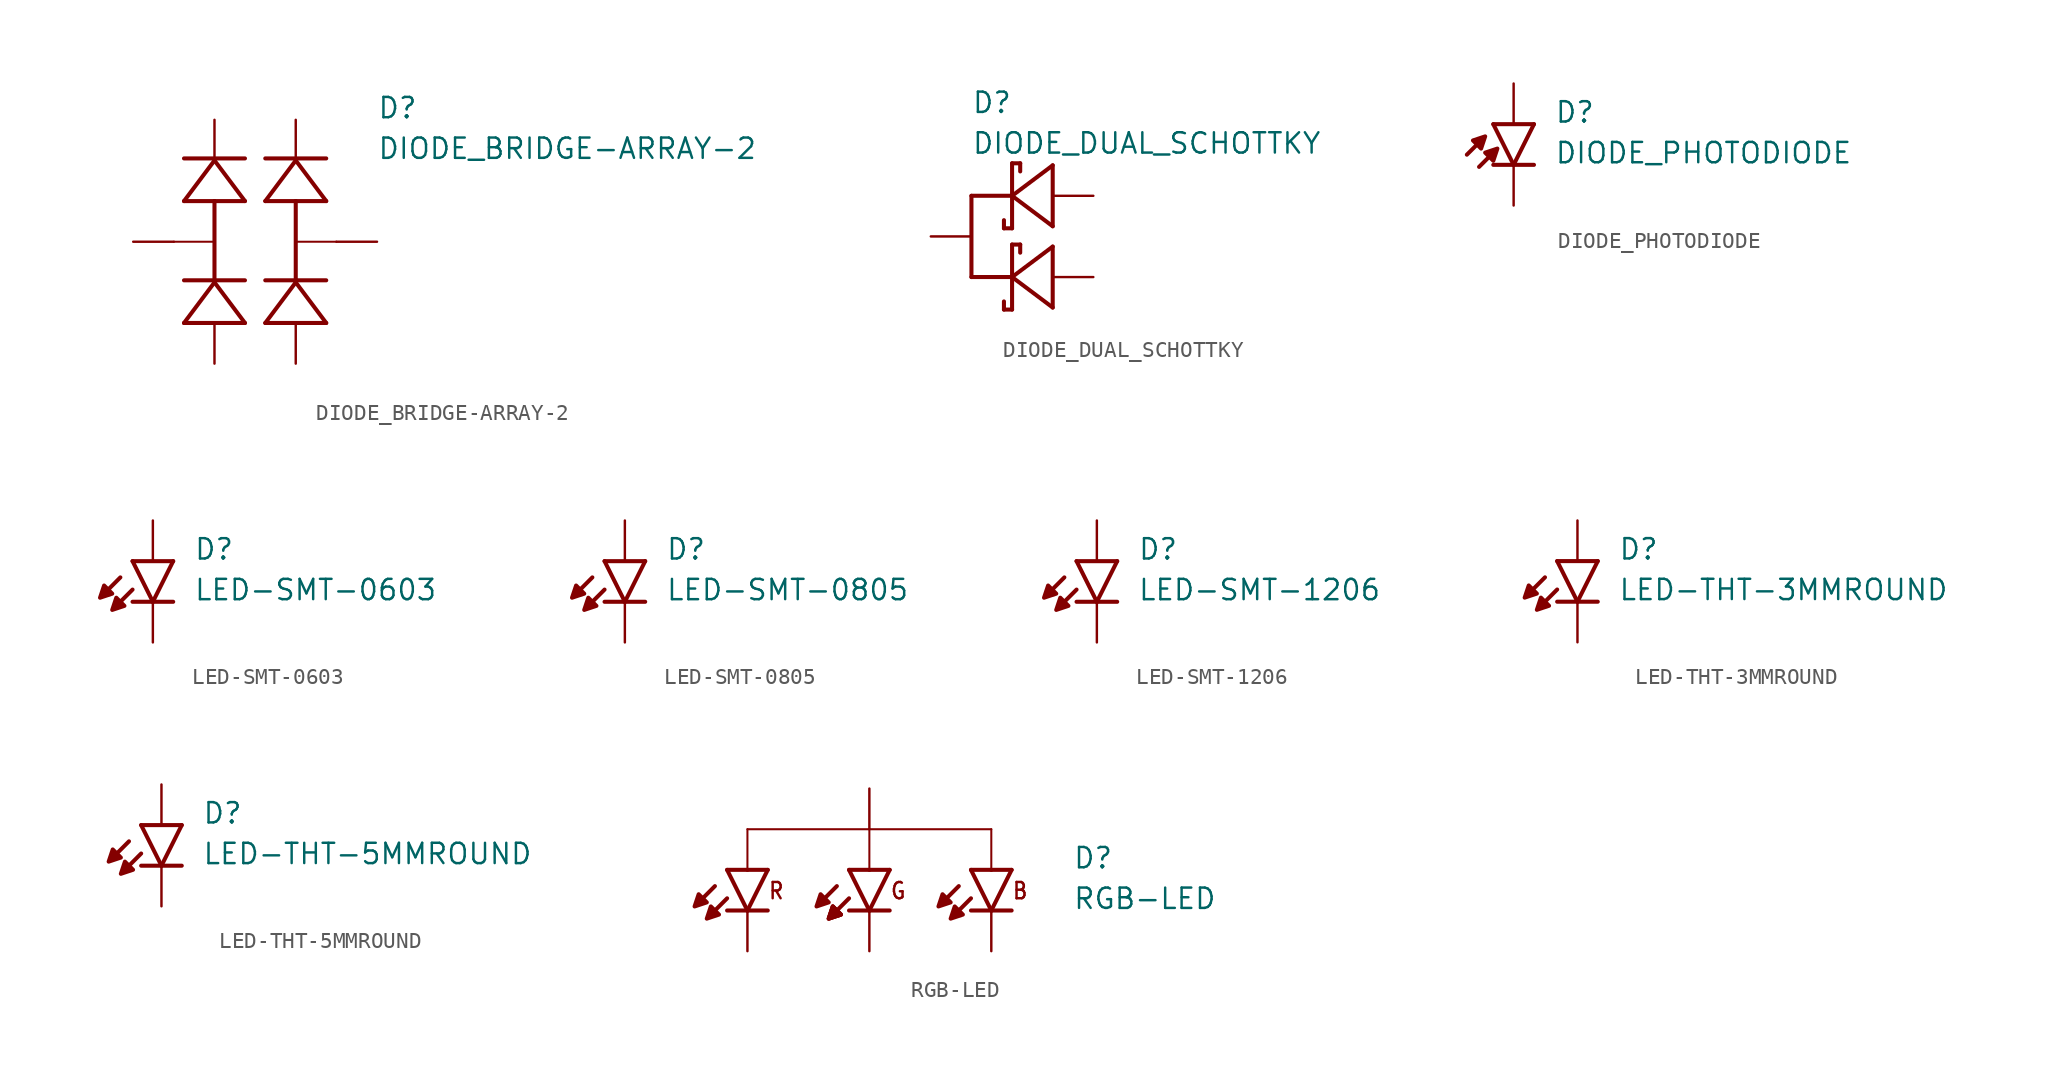
<source format=kicad_sym>
(kicad_symbol_lib
  (version 20211014)
  (generator kicad_symbol_editor)
  (symbol "DIODE_BRIDGE-ARRAY-2"
    (pin_numbers hide)
    (pin_names hide)
    (property "Reference" "D"
      (at 7.62 7.62 0)
      (effects (font (size 1.27 1.27)) (justify left bottom)))
    (property "Value" "DIODE_BRIDGE-ARRAY-2"
      (at 7.62 5.08 0)
      (effects (font (size 1.27 1.27)) (justify left bottom)))
    (property "Datasheet" ""
      (at 0 0 0))
    (property "ki_description" "DIODE BIDGE  -  Array 2 Pair  Technical Specifications:    Diode Configuration: 2 Pair CA + CC        Component Search:  BAV756DW    Datasheet:  BAV756DW  "
      (at 0 0 0))
    (property "ki_fp_filters" "FlashPCB_Diodes:SOT-363 FlashPCB_Diodes:SOT-363_NOSILK"
      (at 0 0 0))
    (symbol "DIODE_BRIDGE-ARRAY-2_1_1"
      (polyline (pts (xy -0.635 -5.08) (xy -2.54 -2.54)) (stroke (width 0.254)) (fill (type none)))
      (polyline (pts (xy -2.54 -2.54) (xy -4.445 -5.08)) (stroke (width 0.254)) (fill (type none)))
      (polyline (pts (xy -4.445 -5.08) (xy -0.635 -5.08)) (stroke (width 0.254)) (fill (type none)))
      (polyline (pts (xy -4.445 -2.413) (xy -0.635 -2.413)) (stroke (width 0.254)) (fill (type none)))
      (polyline (pts (xy -0.635 2.54) (xy -2.54 5.08)) (stroke (width 0.254)) (fill (type none)))
      (polyline (pts (xy -2.54 5.08) (xy -4.445 2.54)) (stroke (width 0.254)) (fill (type none)))
      (polyline (pts (xy -4.445 2.54) (xy -2.54 2.54)) (stroke (width 0.254)) (fill (type none)))
      (polyline (pts (xy -2.54 2.54) (xy -0.635 2.54)) (stroke (width 0.254)) (fill (type none)))
      (polyline (pts (xy -4.445 5.207) (xy -0.635 5.207)) (stroke (width 0.254)) (fill (type none)))
      (polyline (pts (xy -2.54 -2.54) (xy -2.54 2.54)) (stroke (width 0.254)) (fill (type none)))
      (polyline (pts (xy 4.445 -5.08) (xy 2.54 -2.54)) (stroke (width 0.254)) (fill (type none)))
      (polyline (pts (xy 2.54 -2.54) (xy 0.635 -5.08)) (stroke (width 0.254)) (fill (type none)))
      (polyline (pts (xy 0.635 -5.08) (xy 4.445 -5.08)) (stroke (width 0.254)) (fill (type none)))
      (polyline (pts (xy 0.635 -2.413) (xy 4.445 -2.413)) (stroke (width 0.254)) (fill (type none)))
      (polyline (pts (xy 4.445 2.54) (xy 2.54 5.08)) (stroke (width 0.254)) (fill (type none)))
      (polyline (pts (xy 2.54 5.08) (xy 0.635 2.54)) (stroke (width 0.254)) (fill (type none)))
      (polyline (pts (xy 0.635 2.54) (xy 2.54 2.54)) (stroke (width 0.254)) (fill (type none)))
      (polyline (pts (xy 2.54 2.54) (xy 4.445 2.54)) (stroke (width 0.254)) (fill (type none)))
      (polyline (pts (xy 0.635 5.207) (xy 4.445 5.207)) (stroke (width 0.254)) (fill (type none)))
      (polyline (pts (xy 2.54 -2.54) (xy 2.54 2.54)) (stroke (width 0.254)) (fill (type none)))
      (polyline (pts (xy -5.08 0) (xy -2.54 0)) (stroke (width 0.127)) (fill (type none)))
      (polyline (pts (xy 5.08 0) (xy 2.54 0)) (stroke (width 0.127)) (fill (type none)))
      (pin bidirectional line (at -2.54 -7.62 90) (length 2.54) (name "A1" (effects (font (size 0 0)))) (number "1" (effects (font (size 0 0)))))
      (pin bidirectional line (at -2.54 7.62 270) (length 2.54) (name "C1" (effects (font (size 0 0)))) (number "2" (effects (font (size 0 0)))))
      (pin bidirectional line (at -7.62 0 0) (length 2.54) (name "AC1" (effects (font (size 0 0)))) (number "6" (effects (font (size 0 0)))))
      (pin bidirectional line (at 2.54 -7.62 90) (length 2.54) (name "A2" (effects (font (size 0 0)))) (number "4" (effects (font (size 0 0)))))
      (pin bidirectional line (at 2.54 7.62 270) (length 2.54) (name "C2" (effects (font (size 0 0)))) (number "5" (effects (font (size 0 0)))))
      (pin bidirectional line (at 7.62 0 180) (length 2.54) (name "AC2" (effects (font (size 0 0)))) (number "3" (effects (font (size 0 0)))))))
  (symbol "DIODE_DUAL_SCHOTTKY"
    (pin_numbers hide)
    (pin_names hide)
    (property "Reference" "D"
      (at -2.54 7.62 0)
      (effects (font (size 1.27 1.27)) (justify left bottom)))
    (property "Value" "DIODE_DUAL_SCHOTTKY"
      (at -2.54 5.08 0)
      (effects (font (size 1.27 1.27)) (justify left bottom)))
    (property "Datasheet" ""
      (at 0 0 0))
    (property "ki_fp_filters" "FlashPCB_Diodes:SOT-323"
      (at 0 0 0))
    (symbol "DIODE_DUAL_SCHOTTKY_1_1"
      (polyline (pts (xy 2.54 0.635) (xy 2.54 4.445)) (stroke (width 0.254)) (fill (type none)))
      (polyline (pts (xy 0 4.572) (xy 0 2.54)) (stroke (width 0.254)) (fill (type none)))
      (polyline (pts (xy 0 2.54) (xy 0 0.508)) (stroke (width 0.254)) (fill (type none)))
      (polyline (pts (xy 0 2.54) (xy 2.54 0.635)) (stroke (width 0.254)) (fill (type none)))
      (polyline (pts (xy 2.54 4.445) (xy 0 2.54)) (stroke (width 0.254)) (fill (type none)))
      (polyline (pts (xy 0 0.508) (xy -0.508 0.508)) (stroke (width 0.254)) (fill (type none)))
      (polyline (pts (xy 0 4.572) (xy 0.508 4.572)) (stroke (width 0.254)) (fill (type none)))
      (polyline (pts (xy -0.508 0.508) (xy -0.508 1.016)) (stroke (width 0.254)) (fill (type none)))
      (polyline (pts (xy 0.508 4.064) (xy 0.508 4.572)) (stroke (width 0.254)) (fill (type none)))
      (polyline (pts (xy 2.54 -4.445) (xy 2.54 -0.635)) (stroke (width 0.254)) (fill (type none)))
      (polyline (pts (xy 0 -0.508) (xy 0 -2.54)) (stroke (width 0.254)) (fill (type none)))
      (polyline (pts (xy 0 -2.54) (xy 0 -4.572)) (stroke (width 0.254)) (fill (type none)))
      (polyline (pts (xy 0 -2.54) (xy 2.54 -4.445)) (stroke (width 0.254)) (fill (type none)))
      (polyline (pts (xy 2.54 -0.635) (xy 0 -2.54)) (stroke (width 0.254)) (fill (type none)))
      (polyline (pts (xy 0 -4.572) (xy -0.508 -4.572)) (stroke (width 0.254)) (fill (type none)))
      (polyline (pts (xy 0 -0.508) (xy 0.508 -0.508)) (stroke (width 0.254)) (fill (type none)))
      (polyline (pts (xy -0.508 -4.572) (xy -0.508 -4.064)) (stroke (width 0.254)) (fill (type none)))
      (polyline (pts (xy 0.508 -1.016) (xy 0.508 -0.508)) (stroke (width 0.254)) (fill (type none)))
      (polyline (pts (xy 0 -2.54) (xy -2.54 -2.54)) (stroke (width 0.254)) (fill (type none)))
      (polyline (pts (xy -2.54 -2.54) (xy -2.54 2.54)) (stroke (width 0.254)) (fill (type none)))
      (polyline (pts (xy -2.54 2.54) (xy 0 2.54)) (stroke (width 0.254)) (fill (type none)))
      (pin passive line (at 5.08 2.54 180) (length 2.54) (name "ANODE0" (effects (font (size 0 0)))) (number "1" (effects (font (size 0 0)))))
      (pin passive line (at -5.08 0 0) (length 2.54) (name "CATHODE" (effects (font (size 0 0)))) (number "3" (effects (font (size 0 0)))))
      (pin passive line (at 5.08 -2.54 180) (length 2.54) (name "ANODE1" (effects (font (size 0 0)))) (number "2" (effects (font (size 0 0)))))))
  (symbol "DIODE_PHOTODIODE"
    (pin_numbers hide)
    (pin_names hide)
    (property "Reference" "D"
      (at 2.544 2.544 0)
      (effects (font (size 1.27 1.27)) (justify left bottom)))
    (property "Value" "DIODE_PHOTODIODE"
      (at 2.541 0 0)
      (effects (font (size 1.27 1.27)) (justify left bottom)))
    (property "Datasheet" ""
      (at 0 0 0))
    (property "ki_fp_filters" "FlashPCB_Diodes:LED-0805 FlashPCB_Diodes:LED-1206"
      (at 0 0 0))
    (symbol "DIODE_PHOTODIODE_1_1"
      (polyline (pts (xy -2.54 1.524) (xy -1.778 1.778) (xy -2.032 1.016) (xy -2.54 1.524)) (stroke (width 0.254) (type default)) (fill (type outline)))
      (polyline (pts (xy -1.778 0.762) (xy -1.016 1.016) (xy -1.27 0.254) (xy -1.778 0.762)) (stroke (width 0.254) (type default)) (fill (type outline)))
      (polyline (pts (xy 1.27 2.54) (xy 0 0)) (stroke (width 0.254)) (fill (type none)))
      (polyline (pts (xy 0 0) (xy -1.27 2.54)) (stroke (width 0.254)) (fill (type none)))
      (polyline (pts (xy 1.27 0) (xy 0 0)) (stroke (width 0.254)) (fill (type none)))
      (polyline (pts (xy 0 0) (xy -1.27 0)) (stroke (width 0.254)) (fill (type none)))
      (polyline (pts (xy 1.27 2.54) (xy -1.27 2.54)) (stroke (width 0.254)) (fill (type none)))
      (polyline (pts (xy -2.032 1.524) (xy -2.921 0.635)) (stroke (width 0.254)) (fill (type none)))
      (polyline (pts (xy -1.27 0.762) (xy -2.159 -0.127)) (stroke (width 0.254)) (fill (type none)))
      (pin passive line (at 0 5.08 270) (length 2.54) (name "ANODE" (effects (font (size 0 0)))) (number "2" (effects (font (size 0 0)))))
      (pin passive line (at 0 -2.54 90) (length 2.54) (name "CATHODE" (effects (font (size 0 0)))) (number "1" (effects (font (size 0 0)))))))
  (symbol "LED-SMT-0603"
    (pin_numbers hide)
    (pin_names hide)
    (property "Reference" "D"
      (at 2.544 2.544 0)
      (effects (font (size 1.27 1.27)) (justify left bottom)))
    (property "Value" "LED-SMT-0603"
      (at 2.541 0 0)
      (effects (font (size 1.27 1.27)) (justify left bottom)))
    (property "Datasheet" ""
      (at 0 0 0))
    (property "ki_fp_filters" "FlashPCB_Diodes:LED-0603"
      (at 0 0 0))
    (symbol "LED-SMT-0603_1_1"
      (polyline (pts (xy -3.048 1.016) (xy -3.302 0.254) (xy -2.54 0.508) (xy -3.048 1.016)) (stroke (width 0.254) (type default)) (fill (type outline)))
      (polyline (pts (xy -2.286 0.254) (xy -2.54 -0.508) (xy -1.778 -0.254) (xy -2.286 0.254)) (stroke (width 0.254) (type default)) (fill (type outline)))
      (polyline (pts (xy 1.27 2.54) (xy 0 0)) (stroke (width 0.254)) (fill (type none)))
      (polyline (pts (xy 0 0) (xy -1.27 2.54)) (stroke (width 0.254)) (fill (type none)))
      (polyline (pts (xy 1.27 0) (xy 0 0)) (stroke (width 0.254)) (fill (type none)))
      (polyline (pts (xy 0 0) (xy -1.27 0)) (stroke (width 0.254)) (fill (type none)))
      (polyline (pts (xy 1.27 2.54) (xy -1.27 2.54)) (stroke (width 0.254)) (fill (type none)))
      (polyline (pts (xy -2.032 1.524) (xy -2.921 0.635)) (stroke (width 0.254)) (fill (type none)))
      (polyline (pts (xy -1.27 0.762) (xy -2.159 -0.127)) (stroke (width 0.254)) (fill (type none)))
      (pin passive line (at 0 5.08 270) (length 2.54) (name "A" (effects (font (size 0 0)))) (number "2" (effects (font (size 0 0)))))
      (pin passive line (at 0 -2.54 90) (length 2.54) (name "K" (effects (font (size 0 0)))) (number "1" (effects (font (size 0 0)))))))
  (symbol "LED-SMT-0805"
    (pin_numbers hide)
    (pin_names hide)
    (property "Reference" "D"
      (at 2.544 2.544 0)
      (effects (font (size 1.27 1.27)) (justify left bottom)))
    (property "Value" "LED-SMT-0805"
      (at 2.541 0 0)
      (effects (font (size 1.27 1.27)) (justify left bottom)))
    (property "Datasheet" ""
      (at 0 0 0))
    (property "ki_fp_filters" "FlashPCB_Diodes:LED-0805"
      (at 0 0 0))
    (symbol "LED-SMT-0805_1_1"
      (polyline (pts (xy -3.048 1.016) (xy -3.302 0.254) (xy -2.54 0.508) (xy -3.048 1.016)) (stroke (width 0.254) (type default)) (fill (type outline)))
      (polyline (pts (xy -2.286 0.254) (xy -2.54 -0.508) (xy -1.778 -0.254) (xy -2.286 0.254)) (stroke (width 0.254) (type default)) (fill (type outline)))
      (polyline (pts (xy 1.27 2.54) (xy 0 0)) (stroke (width 0.254)) (fill (type none)))
      (polyline (pts (xy 0 0) (xy -1.27 2.54)) (stroke (width 0.254)) (fill (type none)))
      (polyline (pts (xy 1.27 0) (xy 0 0)) (stroke (width 0.254)) (fill (type none)))
      (polyline (pts (xy 0 0) (xy -1.27 0)) (stroke (width 0.254)) (fill (type none)))
      (polyline (pts (xy 1.27 2.54) (xy -1.27 2.54)) (stroke (width 0.254)) (fill (type none)))
      (polyline (pts (xy -2.032 1.524) (xy -2.921 0.635)) (stroke (width 0.254)) (fill (type none)))
      (polyline (pts (xy -1.27 0.762) (xy -2.159 -0.127)) (stroke (width 0.254)) (fill (type none)))
      (pin passive line (at 0 5.08 270) (length 2.54) (name "A" (effects (font (size 0 0)))) (number "2" (effects (font (size 0 0)))))
      (pin passive line (at 0 -2.54 90) (length 2.54) (name "K" (effects (font (size 0 0)))) (number "1" (effects (font (size 0 0)))))))
  (symbol "LED-SMT-1206"
    (pin_numbers hide)
    (pin_names hide)
    (property "Reference" "D"
      (at 2.544 2.544 0)
      (effects (font (size 1.27 1.27)) (justify left bottom)))
    (property "Value" "LED-SMT-1206"
      (at 2.541 0 0)
      (effects (font (size 1.27 1.27)) (justify left bottom)))
    (property "Datasheet" ""
      (at 0 0 0))
    (property "ki_fp_filters" "FlashPCB_Diodes:LED-1206"
      (at 0 0 0))
    (symbol "LED-SMT-1206_1_1"
      (polyline (pts (xy -3.048 1.016) (xy -3.302 0.254) (xy -2.54 0.508) (xy -3.048 1.016)) (stroke (width 0.254) (type default)) (fill (type outline)))
      (polyline (pts (xy -2.286 0.254) (xy -2.54 -0.508) (xy -1.778 -0.254) (xy -2.286 0.254)) (stroke (width 0.254) (type default)) (fill (type outline)))
      (polyline (pts (xy 1.27 2.54) (xy 0 0)) (stroke (width 0.254)) (fill (type none)))
      (polyline (pts (xy 0 0) (xy -1.27 2.54)) (stroke (width 0.254)) (fill (type none)))
      (polyline (pts (xy 1.27 0) (xy 0 0)) (stroke (width 0.254)) (fill (type none)))
      (polyline (pts (xy 0 0) (xy -1.27 0)) (stroke (width 0.254)) (fill (type none)))
      (polyline (pts (xy 1.27 2.54) (xy -1.27 2.54)) (stroke (width 0.254)) (fill (type none)))
      (polyline (pts (xy -2.032 1.524) (xy -2.921 0.635)) (stroke (width 0.254)) (fill (type none)))
      (polyline (pts (xy -1.27 0.762) (xy -2.159 -0.127)) (stroke (width 0.254)) (fill (type none)))
      (pin passive line (at 0 5.08 270) (length 2.54) (name "A" (effects (font (size 0 0)))) (number "2" (effects (font (size 0 0)))))
      (pin passive line (at 0 -2.54 90) (length 2.54) (name "K" (effects (font (size 0 0)))) (number "1" (effects (font (size 0 0)))))))
  (symbol "LED-THT-3MMROUND"
    (pin_numbers hide)
    (pin_names hide)
    (property "Reference" "D"
      (at 2.544 2.544 0)
      (effects (font (size 1.27 1.27)) (justify left bottom)))
    (property "Value" "LED-THT-3MMROUND"
      (at 2.541 0 0)
      (effects (font (size 1.27 1.27)) (justify left bottom)))
    (property "Datasheet" ""
      (at 0 0 0))
    (property "ki_fp_filters" "FlashPCB_Diodes:LED-THT-3MMROUND"
      (at 0 0 0))
    (symbol "LED-THT-3MMROUND_1_1"
      (polyline (pts (xy -3.048 1.016) (xy -3.302 0.254) (xy -2.54 0.508) (xy -3.048 1.016)) (stroke (width 0.254) (type default)) (fill (type outline)))
      (polyline (pts (xy -2.286 0.254) (xy -2.54 -0.508) (xy -1.778 -0.254) (xy -2.286 0.254)) (stroke (width 0.254) (type default)) (fill (type outline)))
      (polyline (pts (xy 1.27 2.54) (xy 0 0)) (stroke (width 0.254)) (fill (type none)))
      (polyline (pts (xy 0 0) (xy -1.27 2.54)) (stroke (width 0.254)) (fill (type none)))
      (polyline (pts (xy 1.27 0) (xy 0 0)) (stroke (width 0.254)) (fill (type none)))
      (polyline (pts (xy 0 0) (xy -1.27 0)) (stroke (width 0.254)) (fill (type none)))
      (polyline (pts (xy 1.27 2.54) (xy -1.27 2.54)) (stroke (width 0.254)) (fill (type none)))
      (polyline (pts (xy -2.032 1.524) (xy -2.921 0.635)) (stroke (width 0.254)) (fill (type none)))
      (polyline (pts (xy -1.27 0.762) (xy -2.159 -0.127)) (stroke (width 0.254)) (fill (type none)))
      (pin passive line (at 0 5.08 270) (length 2.54) (name "A" (effects (font (size 0 0)))) (number "ANODE" (effects (font (size 0 0)))))
      (pin passive line (at 0 -2.54 90) (length 2.54) (name "K" (effects (font (size 0 0)))) (number "CATHODE" (effects (font (size 0 0)))))))
  (symbol "LED-THT-5MMROUND"
    (pin_numbers hide)
    (pin_names hide)
    (property "Reference" "D"
      (at 2.544 2.544 0)
      (effects (font (size 1.27 1.27)) (justify left bottom)))
    (property "Value" "LED-THT-5MMROUND"
      (at 2.541 0 0)
      (effects (font (size 1.27 1.27)) (justify left bottom)))
    (property "Datasheet" ""
      (at 0 0 0))
    (property "ki_fp_filters" "FlashPCB_Diodes:LED-THT-5MMROUND"
      (at 0 0 0))
    (symbol "LED-THT-5MMROUND_1_1"
      (polyline (pts (xy -3.048 1.016) (xy -3.302 0.254) (xy -2.54 0.508) (xy -3.048 1.016)) (stroke (width 0.254) (type default)) (fill (type outline)))
      (polyline (pts (xy -2.286 0.254) (xy -2.54 -0.508) (xy -1.778 -0.254) (xy -2.286 0.254)) (stroke (width 0.254) (type default)) (fill (type outline)))
      (polyline (pts (xy 1.27 2.54) (xy 0 0)) (stroke (width 0.254)) (fill (type none)))
      (polyline (pts (xy 0 0) (xy -1.27 2.54)) (stroke (width 0.254)) (fill (type none)))
      (polyline (pts (xy 1.27 0) (xy 0 0)) (stroke (width 0.254)) (fill (type none)))
      (polyline (pts (xy 0 0) (xy -1.27 0)) (stroke (width 0.254)) (fill (type none)))
      (polyline (pts (xy 1.27 2.54) (xy -1.27 2.54)) (stroke (width 0.254)) (fill (type none)))
      (polyline (pts (xy -2.032 1.524) (xy -2.921 0.635)) (stroke (width 0.254)) (fill (type none)))
      (polyline (pts (xy -1.27 0.762) (xy -2.159 -0.127)) (stroke (width 0.254)) (fill (type none)))
      (pin passive line (at 0 5.08 270) (length 2.54) (name "A" (effects (font (size 0 0)))) (number "ANODE" (effects (font (size 0 0)))))
      (pin passive line (at 0 -2.54 90) (length 2.54) (name "K" (effects (font (size 0 0)))) (number "CATHODE" (effects (font (size 0 0)))))))
  (symbol "RGB-LED"
    (pin_numbers hide)
    (pin_names hide)
    (property "Reference" "D"
      (at 12.7 0 0)
      (effects (font (size 1.27 1.27)) (justify left bottom)))
    (property "Value" "RGB-LED"
      (at 12.7 -2.54 0)
      (effects (font (size 1.27 1.27)) (justify left bottom)))
    (property "Datasheet" ""
      (at 0 0 0))
    (property "ki_description" "RGB LED  - Common Anode   Technical Specifications:    Color: Red,Green,Blue       Component Search:  [DATA SHEET NAME]   Datasheet:  18-038BT/BDGAR6S1-CC01/10T "
      (at 0 0 0))
    (property "ki_fp_filters" "FlashPCB_Diodes:LED-0404"
      (at 0 0 0))
    (symbol "RGB-LED_1_1"
      (text "R" (at -6.35 -1.905 0) (effects (font (size 1.016 0.869)) (justify left bottom)))
      (text "G" (at 1.27 -1.905 0) (effects (font (size 1.016 0.869)) (justify left bottom)))
      (text "B" (at 8.89 -1.905 0) (effects (font (size 1.016 0.869)) (justify left bottom)))
      (polyline (pts (xy -3.048 -1.524) (xy -3.302 -2.286) (xy -2.54 -2.032) (xy -3.048 -1.524)) (stroke (width 0.254) (type default)) (fill (type outline)))
      (polyline (pts (xy -2.286 -2.286) (xy -2.54 -3.048) (xy -1.778 -2.794) (xy -2.286 -2.286)) (stroke (width 0.254) (type default)) (fill (type outline)))
      (polyline (pts (xy 5.334 -2.286) (xy 5.08 -3.048) (xy 5.842 -2.794) (xy 5.334 -2.286)) (stroke (width 0.254) (type default)) (fill (type outline)))
      (polyline (pts (xy -2.286 -2.286) (xy -2.54 -3.048) (xy -1.778 -2.794) (xy -2.286 -2.286)) (stroke (width 0.254) (type default)) (fill (type outline)))
      (polyline (pts (xy -2.286 -2.286) (xy -2.54 -3.048) (xy -1.778 -2.794) (xy -2.286 -2.286)) (stroke (width 0.254) (type default)) (fill (type outline)))
      (polyline (pts (xy 4.572 -1.524) (xy 4.318 -2.286) (xy 5.08 -2.032) (xy 4.572 -1.524)) (stroke (width 0.254) (type default)) (fill (type outline)))
      (polyline (pts (xy -10.668 -1.524) (xy -10.922 -2.286) (xy -10.16 -2.032) (xy -10.668 -1.524)) (stroke (width 0.254) (type default)) (fill (type outline)))
      (polyline (pts (xy -9.906 -2.286) (xy -10.16 -3.048) (xy -9.398 -2.794) (xy -9.906 -2.286)) (stroke (width 0.254) (type default)) (fill (type outline)))
      (polyline (pts (xy 1.27 0) (xy 0 -2.54)) (stroke (width 0.254)) (fill (type none)))
      (polyline (pts (xy 0 -2.54) (xy -1.27 0)) (stroke (width 0.254)) (fill (type none)))
      (polyline (pts (xy 1.27 -2.54) (xy 0 -2.54)) (stroke (width 0.254)) (fill (type none)))
      (polyline (pts (xy 0 -2.54) (xy -1.27 -2.54)) (stroke (width 0.254)) (fill (type none)))
      (polyline (pts (xy 1.27 0) (xy 0 0)) (stroke (width 0.254)) (fill (type none)))
      (polyline (pts (xy 0 0) (xy -1.27 0)) (stroke (width 0.254)) (fill (type none)))
      (polyline (pts (xy -2.032 -1.016) (xy -2.921 -1.905)) (stroke (width 0.254)) (fill (type none)))
      (polyline (pts (xy 8.89 0) (xy 7.62 0)) (stroke (width 0.254)) (fill (type none)))
      (polyline (pts (xy 7.62 0) (xy 6.35 0)) (stroke (width 0.254)) (fill (type none)))
      (polyline (pts (xy 7.62 -2.54) (xy 6.35 0)) (stroke (width 0.254)) (fill (type none)))
      (polyline (pts (xy 8.89 0) (xy 7.62 -2.54)) (stroke (width 0.254)) (fill (type none)))
      (polyline (pts (xy 8.89 -2.54) (xy 7.62 -2.54)) (stroke (width 0.254)) (fill (type none)))
      (polyline (pts (xy 7.62 -2.54) (xy 6.35 -2.54)) (stroke (width 0.254)) (fill (type none)))
      (polyline (pts (xy 6.35 -1.778) (xy 5.461 -2.667)) (stroke (width 0.254)) (fill (type none)))
      (polyline (pts (xy -1.27 -1.778) (xy -2.159 -2.667)) (stroke (width 0.254)) (fill (type none)))
      (polyline (pts (xy 5.588 -1.016) (xy 4.699 -1.905)) (stroke (width 0.254)) (fill (type none)))
      (polyline (pts (xy -7.62 -2.54) (xy -8.89 0)) (stroke (width 0.254)) (fill (type none)))
      (polyline (pts (xy -6.35 0) (xy -7.62 -2.54)) (stroke (width 0.254)) (fill (type none)))
      (polyline (pts (xy -6.35 0) (xy -7.62 0)) (stroke (width 0.254)) (fill (type none)))
      (polyline (pts (xy -7.62 0) (xy -8.89 0)) (stroke (width 0.254)) (fill (type none)))
      (polyline (pts (xy -7.62 -2.54) (xy -8.89 -2.54)) (stroke (width 0.254)) (fill (type none)))
      (polyline (pts (xy -6.35 -2.54) (xy -7.62 -2.54)) (stroke (width 0.254)) (fill (type none)))
      (polyline (pts (xy -9.652 -1.016) (xy -10.541 -1.905)) (stroke (width 0.254)) (fill (type none)))
      (polyline (pts (xy -8.89 -1.778) (xy -9.779 -2.667)) (stroke (width 0.254)) (fill (type none)))
      (polyline (pts (xy -7.62 0) (xy -7.62 2.54)) (stroke (width 0.127)) (fill (type none)))
      (polyline (pts (xy -7.62 2.54) (xy 0 2.54)) (stroke (width 0.127)) (fill (type none)))
      (polyline (pts (xy 0 2.54) (xy 7.62 2.54)) (stroke (width 0.127)) (fill (type none)))
      (polyline (pts (xy 7.62 2.54) (xy 7.62 0)) (stroke (width 0.127)) (fill (type none)))
      (polyline (pts (xy 0 0) (xy 0 2.54)) (stroke (width 0.127)) (fill (type none)))
      (pin passive line (at 0 -5.08 90) (length 2.54) (name "CATHODE_GREEN" (effects (font (size 0 0)))) (number "3" (effects (font (size 0 0)))))
      (pin passive line (at 7.62 -5.08 90) (length 2.54) (name "CATHODE_BLUE" (effects (font (size 0 0)))) (number "4" (effects (font (size 0 0)))))
      (pin passive line (at -7.62 -5.08 90) (length 2.54) (name "CATHODE_RED" (effects (font (size 0 0)))) (number "2" (effects (font (size 0 0)))))
      (pin bidirectional line (at 0 5.08 270) (length 2.54) (name "ANODE" (effects (font (size 0 0)))) (number "1" (effects (font (size 0 0))))))))
</source>
